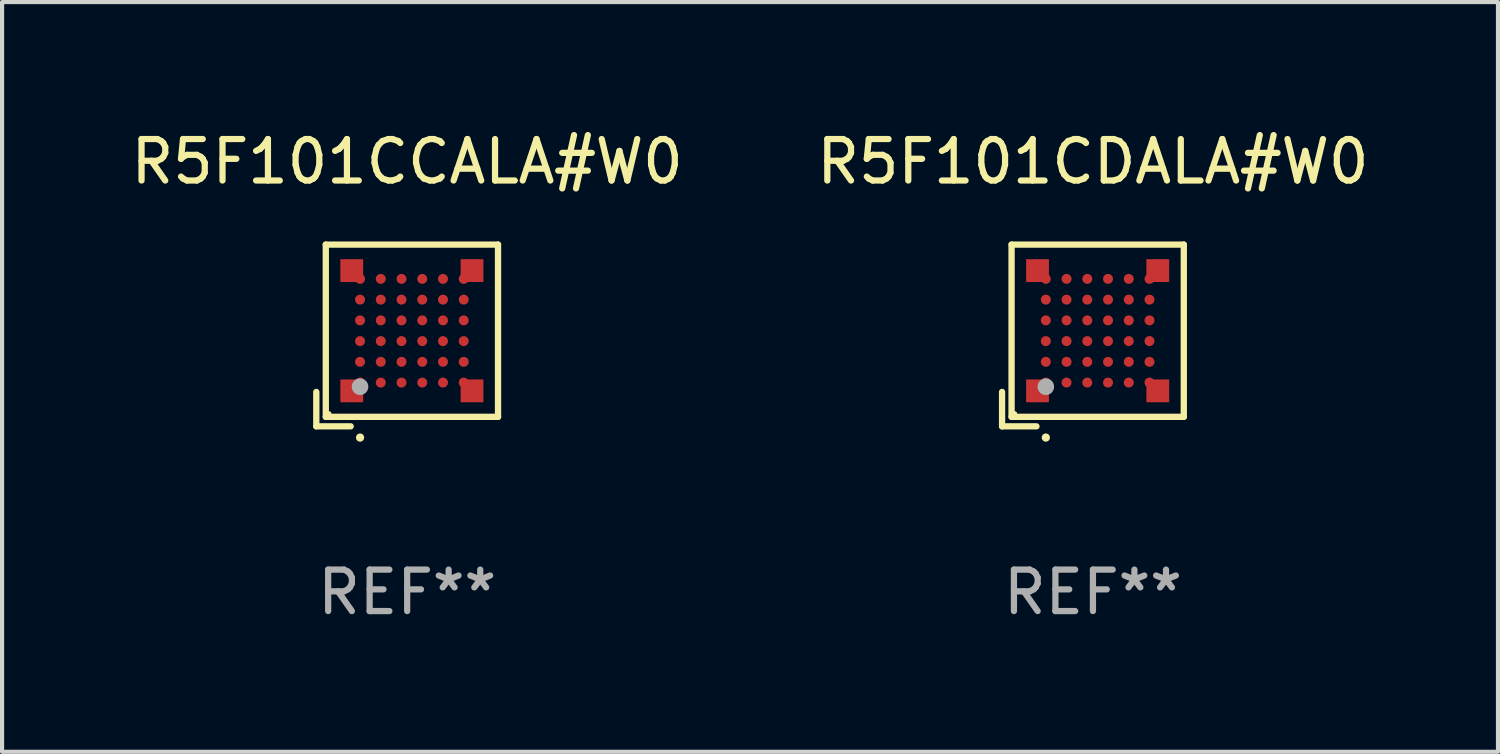
<source format=kicad_pcb>
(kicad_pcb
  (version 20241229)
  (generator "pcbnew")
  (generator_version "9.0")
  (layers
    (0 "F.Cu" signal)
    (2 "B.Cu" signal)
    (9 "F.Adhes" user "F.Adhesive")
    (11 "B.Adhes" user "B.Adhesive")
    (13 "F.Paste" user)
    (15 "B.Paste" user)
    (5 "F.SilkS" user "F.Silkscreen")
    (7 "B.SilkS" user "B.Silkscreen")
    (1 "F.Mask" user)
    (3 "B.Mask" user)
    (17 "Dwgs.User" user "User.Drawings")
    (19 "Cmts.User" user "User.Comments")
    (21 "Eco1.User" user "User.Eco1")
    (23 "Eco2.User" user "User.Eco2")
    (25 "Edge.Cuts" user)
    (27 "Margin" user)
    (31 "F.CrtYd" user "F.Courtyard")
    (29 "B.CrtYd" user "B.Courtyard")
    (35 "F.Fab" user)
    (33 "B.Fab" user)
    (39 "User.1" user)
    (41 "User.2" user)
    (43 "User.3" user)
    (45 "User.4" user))
  (footprint "R5F101CDALA#W0"
    (layer "F.Cu")
    (at 23.304 5.039)
    (property "Reference" "R5F101CDALA#W0" (at 0 -4.191 0) (layer "F.SilkS") (effects (font (size 1 1) (thickness 0.15))))
    (attr through_hole)
    (fp_line (start -2.191 1.362) (end -2.191 2.191) (stroke (width 0.152) (type solid)) (layer "F.SilkS"))
    (fp_line (start -2.191 2.191) (end -1.362 2.191) (stroke (width 0.152) (type solid)) (layer "F.SilkS"))
    (fp_line (start -1.962 -2.191) (end 2.191 -2.191) (stroke (width 0.152) (type solid)) (layer "F.SilkS"))
    (fp_line (start -1.962 1.962) (end -1.962 -2.191) (stroke (width 0.152) (type solid)) (layer "F.SilkS"))
    (fp_line (start 2.191 -2.191) (end 2.191 1.962) (stroke (width 0.152) (type solid)) (layer "F.SilkS"))
    (fp_line (start 2.191 1.962) (end -1.962 1.962) (stroke (width 0.152) (type solid)) (layer "F.SilkS"))
    (fp_circle (center -1.886 1.886) (end -1.856 1.886) (stroke (width 0.06) (type solid)) (fill no) (layer "F.SilkS"))
    (fp_circle (center -1.136 2.462) (end -1.086 2.462) (stroke (width 0.1) (type solid)) (fill no) (layer "F.SilkS"))
    (fp_circle (center -1.136 1.236) (end -1.036 1.236) (stroke (width 0.2) (type solid)) (fill no) (layer "F.Fab"))
    (fp_text user "REF**" (at 0 6.191 0) (layer "F.Fab") (effects (font (size 1 1) (thickness 0.15))))
    (pad "A1" smd rect (at -1.336 1.336) (size 0.55 0.55) (layers "F.Cu" "F.Mask" "F.Paste"))
    (pad "A1" smd circle (at -1.136 1.136) (size 0.24 0.24) (layers "F.Cu" "F.Mask" "F.Paste"))
    (pad "A2" smd circle (at -1.136 0.636) (size 0.24 0.24) (layers "F.Cu" "F.Mask" "F.Paste"))
    (pad "A3" smd circle (at -1.136 0.136) (size 0.24 0.24) (layers "F.Cu" "F.Mask" "F.Paste"))
    (pad "A4" smd circle (at -1.136 -0.364) (size 0.24 0.24) (layers "F.Cu" "F.Mask" "F.Paste"))
    (pad "A5" smd circle (at -1.136 -0.864) (size 0.24 0.24) (layers "F.Cu" "F.Mask" "F.Paste"))
    (pad "A6" smd rect (at -1.336 -1.564) (size 0.55 0.55) (layers "F.Cu" "F.Mask" "F.Paste"))
    (pad "A6" smd circle (at -1.136 -1.364) (size 0.24 0.24) (layers "F.Cu" "F.Mask" "F.Paste"))
    (pad "B1" smd circle (at -0.636 1.136) (size 0.24 0.24) (layers "F.Cu" "F.Mask" "F.Paste"))
    (pad "B2" smd circle (at -0.636 0.636) (size 0.24 0.24) (layers "F.Cu" "F.Mask" "F.Paste"))
    (pad "B3" smd circle (at -0.636 0.136) (size 0.24 0.24) (layers "F.Cu" "F.Mask" "F.Paste"))
    (pad "B4" smd circle (at -0.636 -0.364) (size 0.24 0.24) (layers "F.Cu" "F.Mask" "F.Paste"))
    (pad "B5" smd circle (at -0.636 -0.864) (size 0.24 0.24) (layers "F.Cu" "F.Mask" "F.Paste"))
    (pad "B6" smd circle (at -0.636 -1.364) (size 0.24 0.24) (layers "F.Cu" "F.Mask" "F.Paste"))
    (pad "C1" smd circle (at -0.136 1.136) (size 0.24 0.24) (layers "F.Cu" "F.Mask" "F.Paste"))
    (pad "C2" smd circle (at -0.136 0.636) (size 0.24 0.24) (layers "F.Cu" "F.Mask" "F.Paste"))
    (pad "C3" smd circle (at -0.136 0.136) (size 0.24 0.24) (layers "F.Cu" "F.Mask" "F.Paste"))
    (pad "C4" smd circle (at -0.136 -0.364) (size 0.24 0.24) (layers "F.Cu" "F.Mask" "F.Paste"))
    (pad "C5" smd circle (at -0.136 -0.864) (size 0.24 0.24) (layers "F.Cu" "F.Mask" "F.Paste"))
    (pad "C6" smd circle (at -0.136 -1.364) (size 0.24 0.24) (layers "F.Cu" "F.Mask" "F.Paste"))
    (pad "D1" smd circle (at 0.364 1.136) (size 0.24 0.24) (layers "F.Cu" "F.Mask" "F.Paste"))
    (pad "D2" smd circle (at 0.364 0.636) (size 0.24 0.24) (layers "F.Cu" "F.Mask" "F.Paste"))
    (pad "D3" smd circle (at 0.364 0.136) (size 0.24 0.24) (layers "F.Cu" "F.Mask" "F.Paste"))
    (pad "D4" smd circle (at 0.364 -0.364) (size 0.24 0.24) (layers "F.Cu" "F.Mask" "F.Paste"))
    (pad "D5" smd circle (at 0.364 -0.864) (size 0.24 0.24) (layers "F.Cu" "F.Mask" "F.Paste"))
    (pad "D6" smd circle (at 0.364 -1.364) (size 0.24 0.24) (layers "F.Cu" "F.Mask" "F.Paste"))
    (pad "E1" smd circle (at 0.864 1.136) (size 0.24 0.24) (layers "F.Cu" "F.Mask" "F.Paste"))
    (pad "E2" smd circle (at 0.864 0.636) (size 0.24 0.24) (layers "F.Cu" "F.Mask" "F.Paste"))
    (pad "E3" smd circle (at 0.864 0.136) (size 0.24 0.24) (layers "F.Cu" "F.Mask" "F.Paste"))
    (pad "E4" smd circle (at 0.864 -0.364) (size 0.24 0.24) (layers "F.Cu" "F.Mask" "F.Paste"))
    (pad "E5" smd circle (at 0.864 -0.864) (size 0.24 0.24) (layers "F.Cu" "F.Mask" "F.Paste"))
    (pad "E6" smd circle (at 0.864 -1.364) (size 0.24 0.24) (layers "F.Cu" "F.Mask" "F.Paste"))
    (pad "F1" smd circle (at 1.364 1.136) (size 0.24 0.24) (layers "F.Cu" "F.Mask" "F.Paste"))
    (pad "F1" smd rect (at 1.564 1.336) (size 0.55 0.55) (layers "F.Cu" "F.Mask" "F.Paste"))
    (pad "F2" smd circle (at 1.364 0.636) (size 0.24 0.24) (layers "F.Cu" "F.Mask" "F.Paste"))
    (pad "F3" smd circle (at 1.364 0.136) (size 0.24 0.24) (layers "F.Cu" "F.Mask" "F.Paste"))
    (pad "F4" smd circle (at 1.364 -0.364) (size 0.24 0.24) (layers "F.Cu" "F.Mask" "F.Paste"))
    (pad "F5" smd circle (at 1.364 -0.864) (size 0.24 0.24) (layers "F.Cu" "F.Mask" "F.Paste"))
    (pad "F6" smd circle (at 1.364 -1.364) (size 0.24 0.24) (layers "F.Cu" "F.Mask" "F.Paste"))
    (pad "F6" smd rect (at 1.564 -1.564) (size 0.55 0.55) (layers "F.Cu" "F.Mask" "F.Paste")))
  (footprint "R5F101CCALA#W0"
    (layer "F.Cu")
    (at 6.768 5.039)
    (property "Reference" "R5F101CCALA#W0" (at 0 -4.191 0) (layer "F.SilkS") (effects (font (size 1 1) (thickness 0.15))))
    (attr through_hole)
    (fp_line (start -2.191 1.362) (end -2.191 2.191) (stroke (width 0.152) (type solid)) (layer "F.SilkS"))
    (fp_line (start -2.191 2.191) (end -1.362 2.191) (stroke (width 0.152) (type solid)) (layer "F.SilkS"))
    (fp_line (start -1.962 -2.191) (end 2.191 -2.191) (stroke (width 0.152) (type solid)) (layer "F.SilkS"))
    (fp_line (start -1.962 1.962) (end -1.962 -2.191) (stroke (width 0.152) (type solid)) (layer "F.SilkS"))
    (fp_line (start 2.191 -2.191) (end 2.191 1.962) (stroke (width 0.152) (type solid)) (layer "F.SilkS"))
    (fp_line (start 2.191 1.962) (end -1.962 1.962) (stroke (width 0.152) (type solid)) (layer "F.SilkS"))
    (fp_circle (center -1.886 1.886) (end -1.856 1.886) (stroke (width 0.06) (type solid)) (fill no) (layer "F.SilkS"))
    (fp_circle (center -1.136 2.462) (end -1.086 2.462) (stroke (width 0.1) (type solid)) (fill no) (layer "F.SilkS"))
    (fp_circle (center -1.136 1.236) (end -1.036 1.236) (stroke (width 0.2) (type solid)) (fill no) (layer "F.Fab"))
    (fp_text user "REF**" (at 0 6.191 0) (layer "F.Fab") (effects (font (size 1 1) (thickness 0.15))))
    (pad "A1" smd rect (at -1.336 1.336) (size 0.55 0.55) (layers "F.Cu" "F.Mask" "F.Paste"))
    (pad "A1" smd circle (at -1.136 1.136) (size 0.24 0.24) (layers "F.Cu" "F.Mask" "F.Paste"))
    (pad "A2" smd circle (at -1.136 0.636) (size 0.24 0.24) (layers "F.Cu" "F.Mask" "F.Paste"))
    (pad "A3" smd circle (at -1.136 0.136) (size 0.24 0.24) (layers "F.Cu" "F.Mask" "F.Paste"))
    (pad "A4" smd circle (at -1.136 -0.364) (size 0.24 0.24) (layers "F.Cu" "F.Mask" "F.Paste"))
    (pad "A5" smd circle (at -1.136 -0.864) (size 0.24 0.24) (layers "F.Cu" "F.Mask" "F.Paste"))
    (pad "A6" smd rect (at -1.336 -1.564) (size 0.55 0.55) (layers "F.Cu" "F.Mask" "F.Paste"))
    (pad "A6" smd circle (at -1.136 -1.364) (size 0.24 0.24) (layers "F.Cu" "F.Mask" "F.Paste"))
    (pad "B1" smd circle (at -0.636 1.136) (size 0.24 0.24) (layers "F.Cu" "F.Mask" "F.Paste"))
    (pad "B2" smd circle (at -0.636 0.636) (size 0.24 0.24) (layers "F.Cu" "F.Mask" "F.Paste"))
    (pad "B3" smd circle (at -0.636 0.136) (size 0.24 0.24) (layers "F.Cu" "F.Mask" "F.Paste"))
    (pad "B4" smd circle (at -0.636 -0.364) (size 0.24 0.24) (layers "F.Cu" "F.Mask" "F.Paste"))
    (pad "B5" smd circle (at -0.636 -0.864) (size 0.24 0.24) (layers "F.Cu" "F.Mask" "F.Paste"))
    (pad "B6" smd circle (at -0.636 -1.364) (size 0.24 0.24) (layers "F.Cu" "F.Mask" "F.Paste"))
    (pad "C1" smd circle (at -0.136 1.136) (size 0.24 0.24) (layers "F.Cu" "F.Mask" "F.Paste"))
    (pad "C2" smd circle (at -0.136 0.636) (size 0.24 0.24) (layers "F.Cu" "F.Mask" "F.Paste"))
    (pad "C3" smd circle (at -0.136 0.136) (size 0.24 0.24) (layers "F.Cu" "F.Mask" "F.Paste"))
    (pad "C4" smd circle (at -0.136 -0.364) (size 0.24 0.24) (layers "F.Cu" "F.Mask" "F.Paste"))
    (pad "C5" smd circle (at -0.136 -0.864) (size 0.24 0.24) (layers "F.Cu" "F.Mask" "F.Paste"))
    (pad "C6" smd circle (at -0.136 -1.364) (size 0.24 0.24) (layers "F.Cu" "F.Mask" "F.Paste"))
    (pad "D1" smd circle (at 0.364 1.136) (size 0.24 0.24) (layers "F.Cu" "F.Mask" "F.Paste"))
    (pad "D2" smd circle (at 0.364 0.636) (size 0.24 0.24) (layers "F.Cu" "F.Mask" "F.Paste"))
    (pad "D3" smd circle (at 0.364 0.136) (size 0.24 0.24) (layers "F.Cu" "F.Mask" "F.Paste"))
    (pad "D4" smd circle (at 0.364 -0.364) (size 0.24 0.24) (layers "F.Cu" "F.Mask" "F.Paste"))
    (pad "D5" smd circle (at 0.364 -0.864) (size 0.24 0.24) (layers "F.Cu" "F.Mask" "F.Paste"))
    (pad "D6" smd circle (at 0.364 -1.364) (size 0.24 0.24) (layers "F.Cu" "F.Mask" "F.Paste"))
    (pad "E1" smd circle (at 0.864 1.136) (size 0.24 0.24) (layers "F.Cu" "F.Mask" "F.Paste"))
    (pad "E2" smd circle (at 0.864 0.636) (size 0.24 0.24) (layers "F.Cu" "F.Mask" "F.Paste"))
    (pad "E3" smd circle (at 0.864 0.136) (size 0.24 0.24) (layers "F.Cu" "F.Mask" "F.Paste"))
    (pad "E4" smd circle (at 0.864 -0.364) (size 0.24 0.24) (layers "F.Cu" "F.Mask" "F.Paste"))
    (pad "E5" smd circle (at 0.864 -0.864) (size 0.24 0.24) (layers "F.Cu" "F.Mask" "F.Paste"))
    (pad "E6" smd circle (at 0.864 -1.364) (size 0.24 0.24) (layers "F.Cu" "F.Mask" "F.Paste"))
    (pad "F1" smd circle (at 1.364 1.136) (size 0.24 0.24) (layers "F.Cu" "F.Mask" "F.Paste"))
    (pad "F1" smd rect (at 1.564 1.336) (size 0.55 0.55) (layers "F.Cu" "F.Mask" "F.Paste"))
    (pad "F2" smd circle (at 1.364 0.636) (size 0.24 0.24) (layers "F.Cu" "F.Mask" "F.Paste"))
    (pad "F3" smd circle (at 1.364 0.136) (size 0.24 0.24) (layers "F.Cu" "F.Mask" "F.Paste"))
    (pad "F4" smd circle (at 1.364 -0.364) (size 0.24 0.24) (layers "F.Cu" "F.Mask" "F.Paste"))
    (pad "F5" smd circle (at 1.364 -0.864) (size 0.24 0.24) (layers "F.Cu" "F.Mask" "F.Paste"))
    (pad "F6" smd circle (at 1.364 -1.364) (size 0.24 0.24) (layers "F.Cu" "F.Mask" "F.Paste"))
    (pad "F6" smd rect (at 1.564 -1.564) (size 0.55 0.55) (layers "F.Cu" "F.Mask" "F.Paste")))
  (gr_rect
    (start -3 -3)
    (end 33.071 15.078)
    (stroke (width 0.1) (type default))
    (fill no)
    (layer "Edge.Cuts")))
</source>
